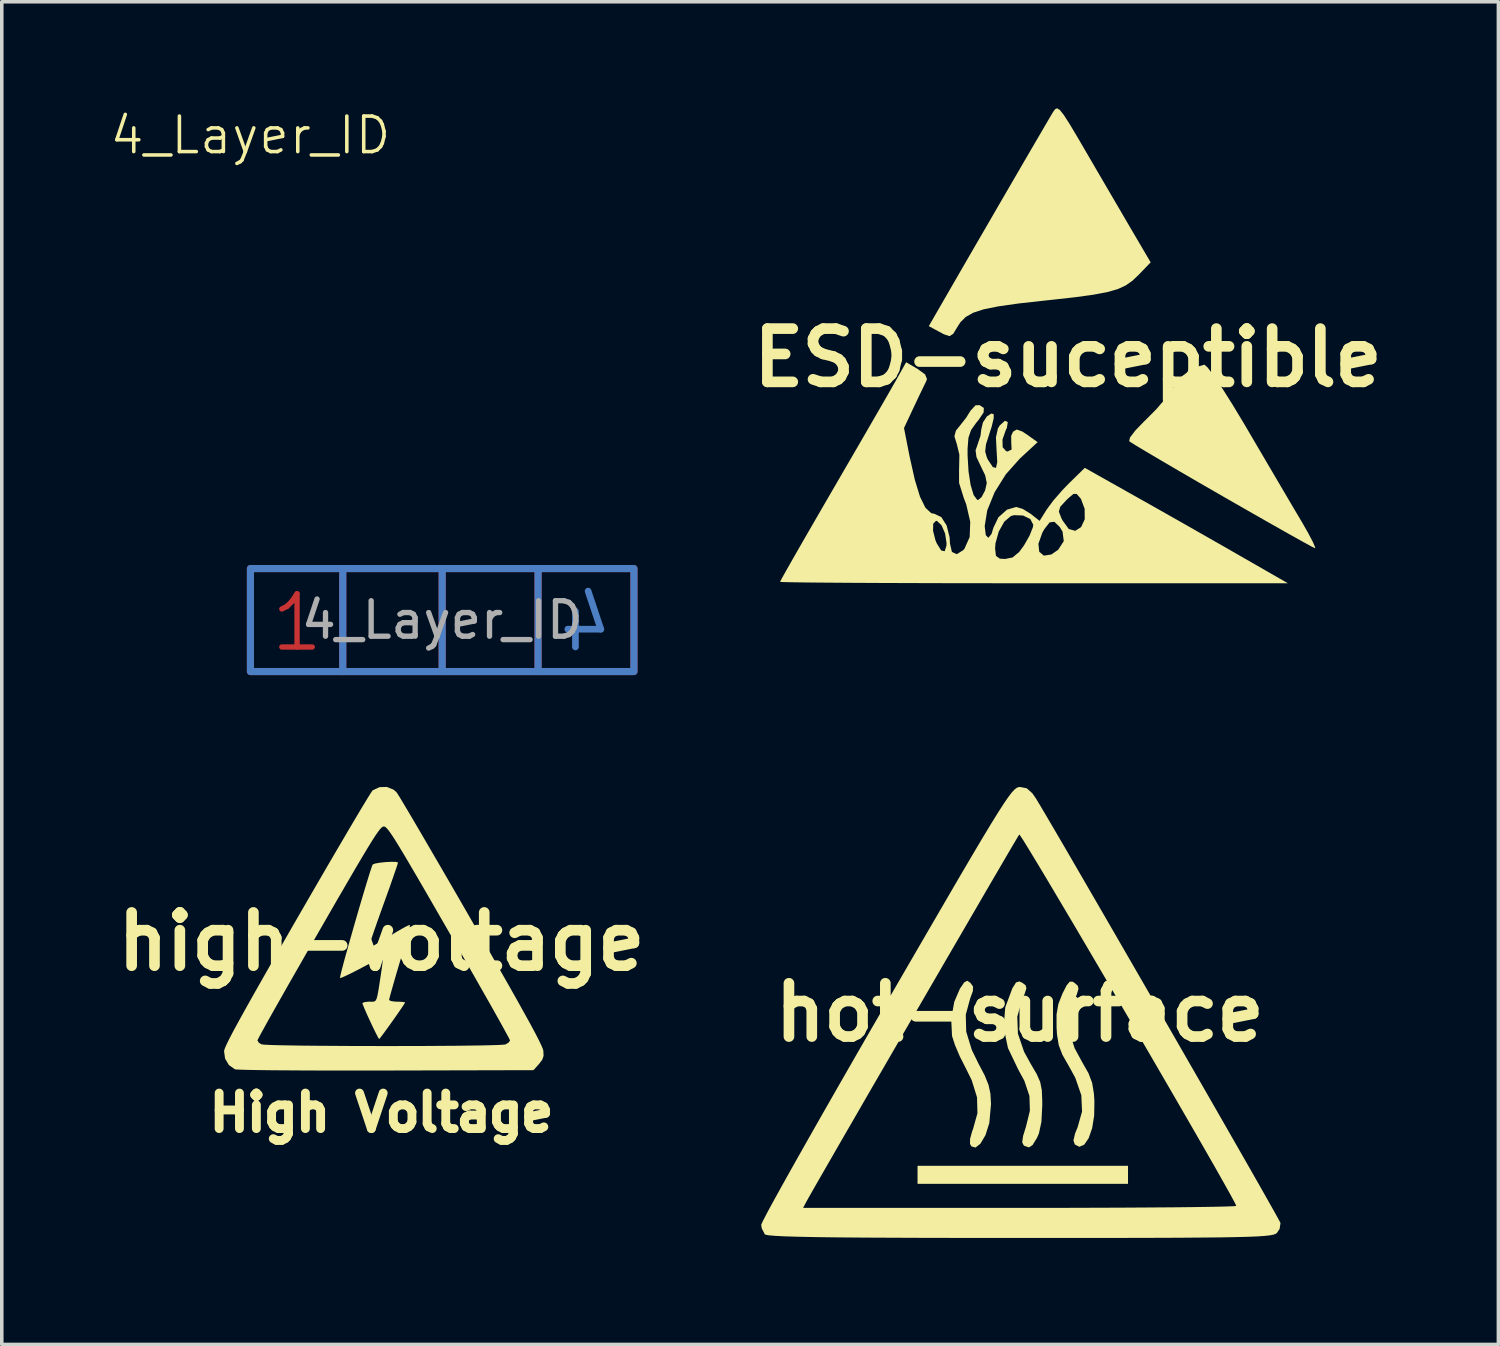
<source format=kicad_pcb>
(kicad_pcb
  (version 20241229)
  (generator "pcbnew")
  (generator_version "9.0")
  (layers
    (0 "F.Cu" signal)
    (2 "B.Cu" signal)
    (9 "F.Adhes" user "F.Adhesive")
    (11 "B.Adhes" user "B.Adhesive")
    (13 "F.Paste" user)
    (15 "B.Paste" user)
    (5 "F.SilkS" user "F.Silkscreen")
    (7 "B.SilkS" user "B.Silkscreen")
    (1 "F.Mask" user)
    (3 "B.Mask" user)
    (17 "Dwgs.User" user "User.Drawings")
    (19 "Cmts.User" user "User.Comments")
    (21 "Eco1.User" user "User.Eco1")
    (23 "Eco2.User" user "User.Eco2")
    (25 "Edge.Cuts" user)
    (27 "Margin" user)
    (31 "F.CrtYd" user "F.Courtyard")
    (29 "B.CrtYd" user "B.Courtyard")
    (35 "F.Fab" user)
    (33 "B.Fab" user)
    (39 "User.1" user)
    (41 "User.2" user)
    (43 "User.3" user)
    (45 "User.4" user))
  (footprint "ESD-suceptible"
    (layer "F.Cu")
    (at 27.024 7.025)
    (property "Reference" "ESD-suceptible" (at 0 0 0) (layer "F.SilkS") (effects (font (size 1.5 1.5) (thickness 0.3))))
    (attr board_only exclude_from_pos_files exclude_from_bom)
    (fp_poly (pts (xy 3.936 0.277) (xy 4.109 0.507) (xy 4.348 0.864) (xy 4.639 1.326) (xy 4.968 1.872) (xy 5.059 2.027) (xy 5.409 2.624) (xy 5.757 3.217) (xy 6.08 3.766) (xy 6.354 4.232) (xy 6.557 4.575) (xy 6.582 4.616) (xy 6.771 4.947) (xy 6.904 5.202) (xy 6.963 5.345) (xy 6.959 5.364) (xy 6.859 5.315) (xy 6.612 5.18) (xy 6.238 4.971) (xy 5.76 4.701) (xy 5.198 4.381) (xy 4.574 4.024) (xy 4.348 3.894) (xy 3.706 3.524) (xy 3.118 3.182) (xy 2.606 2.882) (xy 2.191 2.637) (xy 1.895 2.459) (xy 1.74 2.361) (xy 1.723 2.348) (xy 1.747 2.245) (xy 1.896 2.049) (xy 2.141 1.795) (xy 2.19 1.748) (xy 2.496 1.44) (xy 2.77 1.12) (xy 2.955 0.857) (xy 2.958 0.852) (xy 3.211 0.521) (xy 3.522 0.288) (xy 3.832 0.196) (xy 3.845 0.195)) (stroke (width 0) (type solid)) (fill yes) (layer "F.SilkS"))
    (fp_poly (pts (xy -0.228 -6.977) (xy -0.116 -6.836) (xy 0.047 -6.582) (xy 0.279 -6.193) (xy 0.51 -5.797) (xy 0.831 -5.246) (xy 1.168 -4.669) (xy 1.486 -4.125) (xy 1.749 -3.674) (xy 1.813 -3.566) (xy 2.329 -2.687) (xy 1.988 -2.334) (xy 1.813 -2.168) (xy 1.628 -2.038) (xy 1.402 -1.934) (xy 1.107 -1.849) (xy 0.712 -1.775) (xy 0.189 -1.704) (xy -0.493 -1.628) (xy -0.684 -1.608) (xy -1.406 -1.527) (xy -1.96 -1.448) (xy -2.372 -1.365) (xy -2.669 -1.268) (xy -2.878 -1.15) (xy -3.026 -1.003) (xy -3.104 -0.884) (xy -3.23 -0.676) (xy -3.334 -0.609) (xy -3.492 -0.661) (xy -3.645 -0.743) (xy -3.919 -0.891) (xy -3.683 -1.301) (xy -3.392 -1.805) (xy -3.059 -2.382) (xy -2.697 -3.008) (xy -2.32 -3.657) (xy -1.943 -4.308) (xy -1.578 -4.936) (xy -1.24 -5.518) (xy -0.942 -6.029) (xy -0.698 -6.447) (xy -0.522 -6.748) (xy -0.428 -6.908) (xy -0.42 -6.92) (xy -0.363 -6.999) (xy -0.305 -7.025)) (stroke (width 0) (type solid)) (fill yes) (layer "F.SilkS"))
    (fp_poly (pts (xy -4.234 0.315) (xy -4.024 0.467) (xy -3.97 0.597) (xy -3.995 0.668) (xy -4.079 0.839) (xy -4.215 1.122) (xy -4.348 1.404) (xy -4.617 1.978) (xy -4.461 2.772) (xy -4.313 3.434) (xy -4.166 3.914) (xy -4.014 4.223) (xy -3.851 4.375) (xy -3.756 4.396) (xy -3.567 4.486) (xy -3.417 4.722) (xy -3.332 5.058) (xy -3.322 5.235) (xy -3.268 5.467) (xy -3.131 5.531) (xy -2.948 5.416) (xy -2.915 5.378) (xy -2.911 5.368) (xy -2.052 5.368) (xy -2.028 5.578) (xy -1.918 5.657) (xy -1.771 5.666) (xy -1.559 5.623) (xy -1.372 5.467) (xy -1.234 5.277) (xy -1.212 5.238) (xy -0.832 5.238) (xy -0.809 5.462) (xy -0.678 5.572) (xy -0.467 5.539) (xy -0.276 5.407) (xy -0.118 5.163) (xy -0.153 4.894) (xy -0.234 4.762) (xy -0.383 4.618) (xy -0.516 4.635) (xy -0.664 4.824) (xy -0.723 4.928) (xy -0.832 5.238) (xy -1.212 5.238) (xy -1.08 5.006) (xy -0.988 4.772) (xy -0.977 4.702) (xy -1.061 4.541) (xy -1.265 4.442) (xy -1.516 4.432) (xy -1.608 4.457) (xy -1.793 4.615) (xy -1.95 4.896) (xy -2.041 5.226) (xy -2.052 5.368) (xy -2.911 5.368) (xy -2.768 5.05) (xy -2.752 4.618) (xy -2.866 4.124) (xy -2.931 3.957) (xy -3.066 3.524) (xy -3.067 3.131) (xy -3.065 3.119) (xy -3.058 2.73) (xy -3.127 2.44) (xy -3.198 2.213) (xy -3.156 2.052) (xy -3.054 1.926) (xy -2.866 1.687) (xy -2.746 1.493) (xy -2.604 1.339) (xy -2.49 1.333) (xy -2.369 1.413) (xy -2.375 1.539) (xy -2.515 1.748) (xy -2.59 1.839) (xy -2.73 2.038) (xy -2.803 2.254) (xy -2.827 2.559) (xy -2.827 2.75) (xy -2.8 3.202) (xy -2.74 3.587) (xy -2.656 3.866) (xy -2.556 4) (xy -2.53 4.005) (xy -2.433 3.924) (xy -2.334 3.737) (xy -2.286 3.527) (xy -2.331 3.311) (xy -2.447 3.07) (xy -2.577 2.795) (xy -2.602 2.606) (xy -2.553 2.466) (xy -2.463 2.197) (xy -2.442 2.021) (xy -2.395 1.822) (xy -2.284 1.652) (xy -2.157 1.569) (xy -2.091 1.589) (xy -2.091 1.703) (xy -2.148 1.939) (xy -2.211 2.133) (xy -2.309 2.44) (xy -2.331 2.642) (xy -2.282 2.813) (xy -2.251 2.875) (xy -2.114 3.08) (xy -2.026 3.1) (xy -1.991 2.937) (xy -2.01 2.613) (xy -2.028 2.239) (xy -1.973 1.992) (xy -1.921 1.905) (xy -1.775 1.775) (xy -1.695 1.808) (xy -1.72 1.974) (xy -1.751 2.037) (xy -1.844 2.303) (xy -1.839 2.52) (xy -1.738 2.632) (xy -1.698 2.638) (xy -1.587 2.584) (xy -1.596 2.423) (xy -1.599 2.199) (xy -1.548 2.082) (xy -1.443 2.02) (xy -1.287 2.075) (xy -1.149 2.166) (xy -0.854 2.376) (xy -1.357 2.841) (xy -1.75 3.282) (xy -2.065 3.786) (xy -2.273 4.297) (xy -2.345 4.741) (xy -2.314 4.995) (xy -2.241 5.07) (xy -2.153 4.961) (xy -2.1 4.787) (xy -1.959 4.492) (xy -1.717 4.277) (xy -1.457 4.201) (xy -1.27 4.258) (xy -1.047 4.397) (xy -1.047 4.397) (xy -0.798 4.593) (xy -0.636 4.332) (xy -0.256 4.332) (xy -0.185 4.517) (xy -0.153 4.579) (xy 0.023 4.822) (xy 0.205 4.873) (xy 0.371 4.767) (xy 0.472 4.547) (xy 0.47 4.253) (xy 0.367 3.978) (xy 0.347 3.951) (xy 0.246 3.835) (xy 0.153 3.835) (xy 0.005 3.96) (xy -0.053 4.017) (xy -0.217 4.196) (xy -0.256 4.332) (xy -0.636 4.332) (xy -0.6 4.275) (xy -0.419 4.029) (xy -0.16 3.73) (xy 0.036 3.528) (xy 0.474 3.1) (xy 1.873 3.887) (xy 2.484 4.231) (xy 3.188 4.63) (xy 3.908 5.04) (xy 4.568 5.417) (xy 4.733 5.512) (xy 6.193 6.35) (xy -0.958 6.35) (xy -2.12 6.349) (xy -3.224 6.348) (xy -4.254 6.345) (xy -5.195 6.342) (xy -6.031 6.338) (xy -6.747 6.333) (xy -7.328 6.328) (xy -7.759 6.322) (xy -8.024 6.316) (xy -8.108 6.309) (xy -8.061 6.218) (xy -7.927 5.979) (xy -7.719 5.613) (xy -7.448 5.14) (xy -7.294 4.873) (xy -3.799 4.873) (xy -3.732 5.137) (xy -3.697 5.222) (xy -3.57 5.426) (xy -3.471 5.448) (xy -3.422 5.29) (xy -3.419 5.22) (xy -3.46 4.948) (xy -3.56 4.717) (xy -3.687 4.596) (xy -3.716 4.592) (xy -3.795 4.672) (xy -3.799 4.873) (xy -7.294 4.873) (xy -7.126 4.583) (xy -6.766 3.961) (xy -6.612 3.696) (xy -6.223 3.026) (xy -5.852 2.388) (xy -5.516 1.806) (xy -5.228 1.308) (xy -5.005 0.92) (xy -4.86 0.666) (xy -4.836 0.624) (xy -4.557 0.125)) (stroke (width 0) (type solid)) (fill yes) (layer "F.SilkS")))
  (footprint "hot-surface"
    (layer "F.Cu")
    (at 25.667 25.461)
    (property "Reference" "hot-surface" (at 0 0 0) (layer "F.SilkS") (effects (font (size 1.5 1.5) (thickness 0.3))))
    (attr board_only exclude_from_pos_files exclude_from_bom)
    (fp_poly (pts (xy 3.048 4.572) (xy 3.048 4.826) (xy 0.085 4.826) (xy -2.879 4.826) (xy -2.879 4.572) (xy -2.879 4.318) (xy 0.085 4.318) (xy 3.048 4.318)) (stroke (width 0) (type solid)) (fill yes) (layer "F.SilkS"))
    (fp_poly (pts (xy 0.076 -0.833) (xy 0.165 -0.765) (xy 0.187 -0.681) (xy 0.14 -0.531) (xy 0.064 -0.355) (xy -0.07 0.117) (xy -0.052 0.598) (xy 0.121 1.106) (xy 0.302 1.437) (xy 0.475 1.731) (xy 0.575 1.958) (xy 0.621 2.19) (xy 0.633 2.497) (xy 0.633 2.618) (xy 0.61 3.078) (xy 0.539 3.407) (xy 0.483 3.535) (xy 0.36 3.734) (xy 0.258 3.8) (xy 0.134 3.758) (xy 0.112 3.744) (xy 0.068 3.658) (xy 0.093 3.478) (xy 0.175 3.216) (xy 0.285 2.766) (xy 0.272 2.351) (xy 0.129 1.924) (xy -0.046 1.602) (xy -0.333 1.001) (xy -0.454 0.422) (xy -0.409 -0.143) (xy -0.207 -0.685) (xy -0.105 -0.846) (xy -0.009 -0.874)) (stroke (width 0) (type solid)) (fill yes) (layer "F.SilkS"))
    (fp_poly (pts (xy -1.39 -0.833) (xy -1.389 -0.832) (xy -1.316 -0.73) (xy -1.32 -0.602) (xy -1.395 -0.4) (xy -1.521 0.064) (xy -1.508 0.54) (xy -1.352 1.053) (xy -1.17 1.425) (xy -0.987 1.774) (xy -0.879 2.042) (xy -0.826 2.29) (xy -0.81 2.578) (xy -0.81 2.581) (xy -0.858 3.115) (xy -0.965 3.453) (xy -1.107 3.694) (xy -1.246 3.804) (xy -1.361 3.772) (xy -1.402 3.7) (xy -1.399 3.556) (xy -1.338 3.337) (xy -1.315 3.279) (xy -1.192 2.837) (xy -1.204 2.39) (xy -1.354 1.906) (xy -1.517 1.577) (xy -1.685 1.246) (xy -1.822 0.926) (xy -1.902 0.681) (xy -1.908 0.656) (xy -1.931 0.181) (xy -1.845 -0.299) (xy -1.685 -0.671) (xy -1.565 -0.847) (xy -1.48 -0.894)) (stroke (width 0) (type solid)) (fill yes) (layer "F.SilkS"))
    (fp_poly (pts (xy 1.488 -0.867) (xy 1.549 -0.828) (xy 1.633 -0.753) (xy 1.653 -0.664) (xy 1.607 -0.51) (xy 1.518 -0.303) (xy 1.39 0.126) (xy 1.398 0.553) (xy 1.546 1.009) (xy 1.756 1.397) (xy 1.936 1.713) (xy 2.038 1.982) (xy 2.088 2.287) (xy 2.102 2.502) (xy 2.095 2.904) (xy 2.038 3.258) (xy 1.941 3.539) (xy 1.816 3.722) (xy 1.676 3.783) (xy 1.55 3.718) (xy 1.511 3.605) (xy 1.558 3.406) (xy 1.627 3.237) (xy 1.754 2.789) (xy 1.733 2.33) (xy 1.562 1.837) (xy 1.382 1.51) (xy 1.199 1.189) (xy 1.097 0.92) (xy 1.048 0.622) (xy 1.036 0.433) (xy 1.035 0.058) (xy 1.085 -0.234) (xy 1.2 -0.527) (xy 1.203 -0.534) (xy 1.321 -0.765) (xy 1.406 -0.867)) (stroke (width 0) (type solid)) (fill yes) (layer "F.SilkS"))
    (fp_poly (pts (xy 0.197 -6.312) (xy 0.355 -6.171) (xy 0.451 -6.033) (xy 0.559 -5.854) (xy 0.739 -5.55) (xy 0.981 -5.137) (xy 1.28 -4.626) (xy 1.625 -4.031) (xy 2.011 -3.365) (xy 2.43 -2.643) (xy 2.872 -1.878) (xy 3.332 -1.082) (xy 3.801 -0.269) (xy 4.271 0.546) (xy 4.734 1.352) (xy 5.184 2.134) (xy 5.611 2.878) (xy 6.009 3.573) (xy 6.37 4.203) (xy 6.685 4.756) (xy 6.947 5.218) (xy 7.149 5.576) (xy 7.283 5.816) (xy 7.34 5.925) (xy 7.342 5.929) (xy 7.317 6.096) (xy 7.24 6.21) (xy 7.204 6.235) (xy 7.143 6.257) (xy 7.046 6.276) (xy 6.902 6.292) (xy 6.701 6.306) (xy 6.432 6.317) (xy 6.083 6.326) (xy 5.645 6.334) (xy 5.106 6.339) (xy 4.456 6.344) (xy 3.684 6.347) (xy 2.778 6.349) (xy 1.73 6.35) (xy 0.527 6.35) (xy 0.011 6.35) (xy -1.323 6.349) (xy -2.496 6.348) (xy -3.516 6.344) (xy -4.392 6.34) (xy -5.131 6.334) (xy -5.742 6.326) (xy -6.233 6.316) (xy -6.612 6.305) (xy -6.889 6.291) (xy -7.07 6.275) (xy -7.164 6.257) (xy -7.18 6.248) (xy -7.266 6.081) (xy -7.281 5.98) (xy -7.24 5.883) (xy -7.119 5.65) (xy -7.04 5.503) (xy -6.102 5.503) (xy -0.003 5.503) (xy 0.996 5.503) (xy 1.945 5.5) (xy 2.829 5.497) (xy 3.635 5.492) (xy 4.351 5.487) (xy 4.962 5.48) (xy 5.455 5.472) (xy 5.817 5.464) (xy 6.035 5.455) (xy 6.096 5.448) (xy 6.055 5.358) (xy 5.936 5.138) (xy 5.749 4.803) (xy 5.502 4.365) (xy 5.201 3.84) (xy 4.857 3.242) (xy 4.477 2.584) (xy 4.069 1.88) (xy 3.642 1.145) (xy 3.203 0.392) (xy 2.761 -0.363) (xy 2.325 -1.108) (xy 1.902 -1.828) (xy 1.501 -2.509) (xy 1.129 -3.136) (xy 0.796 -3.697) (xy 0.509 -4.176) (xy 0.276 -4.56) (xy 0.107 -4.835) (xy 0.008 -4.986) (xy -0.014 -5.011) (xy -0.063 -4.932) (xy -0.188 -4.721) (xy -0.381 -4.392) (xy -0.634 -3.959) (xy -0.938 -3.438) (xy -1.285 -2.841) (xy -1.667 -2.184) (xy -2.076 -1.481) (xy -2.502 -0.747) (xy -2.938 0.005) (xy -3.376 0.76) (xy -3.806 1.503) (xy -4.222 2.22) (xy -4.613 2.898) (xy -4.973 3.52) (xy -5.292 4.074) (xy -5.563 4.545) (xy -5.777 4.917) (xy -5.925 5.178) (xy -6 5.312) (xy -6.001 5.313) (xy -6.102 5.503) (xy -7.04 5.503) (xy -6.926 5.294) (xy -6.666 4.824) (xy -6.346 4.253) (xy -5.972 3.591) (xy -5.551 2.85) (xy -5.088 2.04) (xy -4.591 1.174) (xy -4.064 0.261) (xy -3.758 -0.268) (xy -3.129 -1.354) (xy -2.578 -2.303) (xy -2.101 -3.123) (xy -1.692 -3.825) (xy -1.344 -4.417) (xy -1.052 -4.909) (xy -0.81 -5.31) (xy -0.613 -5.628) (xy -0.454 -5.875) (xy -0.329 -6.058) (xy -0.231 -6.187) (xy -0.154 -6.272) (xy -0.093 -6.321) (xy -0.042 -6.344) (xy 0.004 -6.35) (xy 0.008 -6.35)) (stroke (width 0) (type solid)) (fill yes) (layer "F.SilkS")))
  (footprint "high-voltage"
    (layer "F.Cu")
    (at 7.693 23.466)
    (property "Reference" "high-voltage" (at 0 0 0) (layer "F.SilkS") (effects (font (size 1.5 1.5) (thickness 0.3))))
    (attr board_only exclude_from_pos_files exclude_from_bom)
    (fp_poly (pts (xy 0.394 -2.246) (xy 0.461 -2.231) (xy 0.464 -2.225) (xy 0.448 -2.166) (xy 0.401 -2.026) (xy 0.33 -1.819) (xy 0.239 -1.558) (xy 0.131 -1.257) (xy 0.041 -1.007) (xy -0.074 -0.686) (xy -0.176 -0.396) (xy -0.26 -0.152) (xy -0.322 0.033) (xy -0.357 0.148) (xy -0.363 0.18) (xy -0.315 0.162) (xy -0.2 0.1) (xy -0.032 0.002) (xy 0.172 -0.121) (xy 0.223 -0.153) (xy 0.432 -0.28) (xy 0.608 -0.381) (xy 0.736 -0.448) (xy 0.799 -0.472) (xy 0.803 -0.47) (xy 0.793 -0.413) (xy 0.758 -0.275) (xy 0.703 -0.071) (xy 0.63 0.186) (xy 0.544 0.48) (xy 0.515 0.579) (xy 0.425 0.883) (xy 0.346 1.155) (xy 0.282 1.381) (xy 0.237 1.545) (xy 0.215 1.632) (xy 0.214 1.642) (xy 0.258 1.671) (xy 0.372 1.689) (xy 0.439 1.691) (xy 0.574 1.696) (xy 0.654 1.707) (xy 0.664 1.713) (xy 0.637 1.762) (xy 0.565 1.871) (xy 0.462 2.021) (xy 0.34 2.195) (xy 0.214 2.372) (xy 0.097 2.533) (xy 0.003 2.66) (xy -0.055 2.733) (xy -0.067 2.744) (xy -0.095 2.701) (xy -0.155 2.586) (xy -0.237 2.418) (xy -0.312 2.26) (xy -0.405 2.058) (xy -0.479 1.889) (xy -0.526 1.773) (xy -0.538 1.734) (xy -0.493 1.707) (xy -0.383 1.692) (xy -0.34 1.691) (xy -0.263 1.693) (xy -0.208 1.689) (xy -0.168 1.664) (xy -0.137 1.605) (xy -0.109 1.497) (xy -0.079 1.327) (xy -0.041 1.079) (xy -0.016 0.915) (xy 0.013 0.715) (xy 0.032 0.556) (xy 0.039 0.462) (xy 0.037 0.446) (xy -0.011 0.462) (xy -0.13 0.517) (xy -0.304 0.604) (xy -0.515 0.714) (xy -0.563 0.74) (xy -0.78 0.853) (xy -0.965 0.944) (xy -1.099 1.005) (xy -1.166 1.027) (xy -1.17 1.026) (xy -1.162 0.974) (xy -1.13 0.84) (xy -1.077 0.637) (xy -1.007 0.38) (xy -0.923 0.082) (xy -0.831 -0.243) (xy -0.734 -0.582) (xy -0.636 -0.921) (xy -0.54 -1.245) (xy -0.452 -1.541) (xy -0.374 -1.796) (xy -0.311 -1.996) (xy -0.267 -2.126) (xy -0.247 -2.173) (xy -0.178 -2.199) (xy -0.049 -2.222) (xy 0.11 -2.239) (xy 0.268 -2.247)) (stroke (width 0) (type solid)) (fill yes) (layer "F.SilkS"))
    (fp_poly (pts (xy 0.34 -4.279) (xy 0.424 -4.205) (xy 0.464 -4.145) (xy 0.55 -4.005) (xy 0.677 -3.792) (xy 0.843 -3.512) (xy 1.043 -3.172) (xy 1.272 -2.779) (xy 1.528 -2.34) (xy 1.806 -1.862) (xy 2.102 -1.351) (xy 2.412 -0.814) (xy 2.527 -0.613) (xy 2.921 0.071) (xy 3.265 0.673) (xy 3.564 1.197) (xy 3.818 1.647) (xy 4.03 2.028) (xy 4.204 2.343) (xy 4.34 2.597) (xy 4.441 2.795) (xy 4.509 2.939) (xy 4.548 3.035) (xy 4.558 3.075) (xy 4.564 3.219) (xy 4.526 3.329) (xy 4.432 3.45) (xy 4.28 3.62) (xy 0.13 3.63) (xy -0.508 3.631) (xy -1.119 3.631) (xy -1.695 3.63) (xy -2.227 3.628) (xy -2.71 3.625) (xy -3.135 3.622) (xy -3.494 3.617) (xy -3.78 3.612) (xy -3.985 3.606) (xy -4.102 3.6) (xy -4.126 3.597) (xy -4.296 3.477) (xy -4.404 3.297) (xy -4.433 3.088) (xy -4.431 3.069) (xy -4.411 3.004) (xy -4.36 2.888) (xy -4.308 2.783) (xy -3.493 2.783) (xy -3.452 2.849) (xy -3.381 2.892) (xy -3.309 2.901) (xy -3.146 2.91) (xy -2.904 2.917) (xy -2.593 2.923) (xy -2.222 2.929) (xy -1.802 2.933) (xy -1.344 2.936) (xy -0.856 2.939) (xy -0.351 2.94) (xy 0.163 2.941) (xy 0.674 2.94) (xy 1.173 2.939) (xy 1.65 2.936) (xy 2.094 2.933) (xy 2.494 2.928) (xy 2.842 2.923) (xy 3.125 2.916) (xy 3.335 2.909) (xy 3.461 2.9) (xy 3.492 2.895) (xy 3.586 2.838) (xy 3.619 2.782) (xy 3.595 2.729) (xy 3.524 2.597) (xy 3.412 2.392) (xy 3.261 2.121) (xy 3.077 1.793) (xy 2.862 1.415) (xy 2.622 0.992) (xy 2.36 0.534) (xy 2.081 0.046) (xy 1.904 -0.262) (xy 1.566 -0.848) (xy 1.275 -1.353) (xy 1.026 -1.782) (xy 0.815 -2.142) (xy 0.64 -2.439) (xy 0.496 -2.678) (xy 0.38 -2.866) (xy 0.287 -3.008) (xy 0.215 -3.111) (xy 0.16 -3.18) (xy 0.118 -3.221) (xy 0.085 -3.24) (xy 0.066 -3.243) (xy 0.037 -3.236) (xy 0.003 -3.212) (xy -0.043 -3.164) (xy -0.102 -3.086) (xy -0.18 -2.974) (xy -0.278 -2.819) (xy -0.402 -2.618) (xy -0.555 -2.363) (xy -0.74 -2.05) (xy -0.961 -1.671) (xy -1.222 -1.222) (xy -1.526 -0.695) (xy -1.775 -0.262) (xy -2.064 0.239) (xy -2.337 0.717) (xy -2.592 1.162) (xy -2.822 1.568) (xy -3.026 1.928) (xy -3.198 2.234) (xy -3.334 2.48) (xy -3.431 2.657) (xy -3.484 2.76) (xy -3.493 2.783) (xy -4.308 2.783) (xy -4.276 2.718) (xy -4.157 2.491) (xy -4 2.203) (xy -3.804 1.849) (xy -3.566 1.426) (xy -3.285 0.931) (xy -2.958 0.358) (xy -2.583 -0.295) (xy -2.371 -0.663) (xy -2.054 -1.211) (xy -1.751 -1.734) (xy -1.465 -2.226) (xy -1.199 -2.68) (xy -0.958 -3.091) (xy -0.746 -3.45) (xy -0.566 -3.752) (xy -0.422 -3.99) (xy -0.319 -4.157) (xy -0.26 -4.246) (xy -0.248 -4.26) (xy -0.055 -4.35) (xy 0.151 -4.356)) (stroke (width 0) (type solid)) (fill yes) (layer "F.SilkS"))
    (fp_text user "High Voltage" (at 0 5.4 0) (unlocked yes) (layer "F.SilkS") (effects (font (size 1 1) (thickness 0.25) (bold yes)) (justify bottom))))
  (footprint "4_Layer_ID"
    (layer "F.Cu")
    (at 4.002 15.861)
    (property "Reference" "4_Layer_ID" (at 0 -15.1 0) (unlocked yes) (layer "F.SilkS") (effects (font (size 1 1) (thickness 0.1))))
    (attr board_only exclude_from_pos_files exclude_from_bom)
    (fp_line (start 2.6 -2.9) (end 2.6 0) (stroke (width 0.2) (type default)) (layer "F.Cu"))
    (fp_line (start 5.4 -2.9) (end 5.4 0) (stroke (width 0.2) (type default)) (layer "F.Cu"))
    (fp_line (start 8.1 -2.9) (end 8.1 0) (stroke (width 0.2) (type default)) (layer "F.Cu"))
    (fp_rect (start 0 -2.9) (end 10.8 0) (stroke (width 0.2) (type default)) (fill no) (layer "F.Cu"))
    (fp_line (start 2.6 -2.9) (end 2.6 0) (stroke (width 0.2) (type solid)) (layer "B.Cu"))
    (fp_line (start 5.4 -2.9) (end 5.4 0) (stroke (width 0.2) (type solid)) (layer "B.Cu"))
    (fp_line (start 8.1 -2.9) (end 8.1 0) (stroke (width 0.2) (type solid)) (layer "B.Cu"))
    (fp_rect (start 0 -2.9) (end 10.8 0) (stroke (width 0.2) (type solid)) (fill no) (layer "B.Cu"))
    (fp_line (start 2.6 -2.9) (end 2.6 0) (stroke (width 0.2) (type solid)) (layer "In1.Cu"))
    (fp_line (start 5.4 -2.9) (end 5.4 0) (stroke (width 0.2) (type solid)) (layer "In1.Cu"))
    (fp_line (start 8.1 -2.9) (end 8.1 0) (stroke (width 0.2) (type solid)) (layer "In1.Cu"))
    (fp_rect (start 0 -2.9) (end 10.8 0) (stroke (width 0.2) (type solid)) (fill no) (layer "In1.Cu"))
    (fp_text user "1" (at 0.5 -0.5 0) (unlocked yes) (layer "F.Cu") (effects (font (size 1.5 1.5) (thickness 0.15)) (justify left bottom)))
    (fp_text user "4" (at 8.6 -0.5 0) (unlocked yes) (layer "B.Cu") (effects (font (size 1.5 1.5) (thickness 0.188)) (justify right bottom mirror)))
    (fp_text user "2" (at 3.2 -0.5 0) (unlocked yes) (layer "In1.Cu") (effects (font (size 1.5 1.5) (thickness 0.188)) (justify left bottom)))
    (fp_text user "3" (at 6 -0.5 0) (unlocked yes) (layer "In1.Cu") (effects (font (size 1.5 1.5) (thickness 0.188)) (justify right bottom mirror)))
    (fp_text user "${REFERENCE}" (at 5.4 -1.45 0) (unlocked yes) (layer "F.Fab") (effects (font (size 1 1) (thickness 0.15)))))
  (gr_rect
    (start -3 -3)
    (end 39.145 34.81)
    (stroke (width 0.1) (type default))
    (fill no)
    (layer "Edge.Cuts")))
</source>
